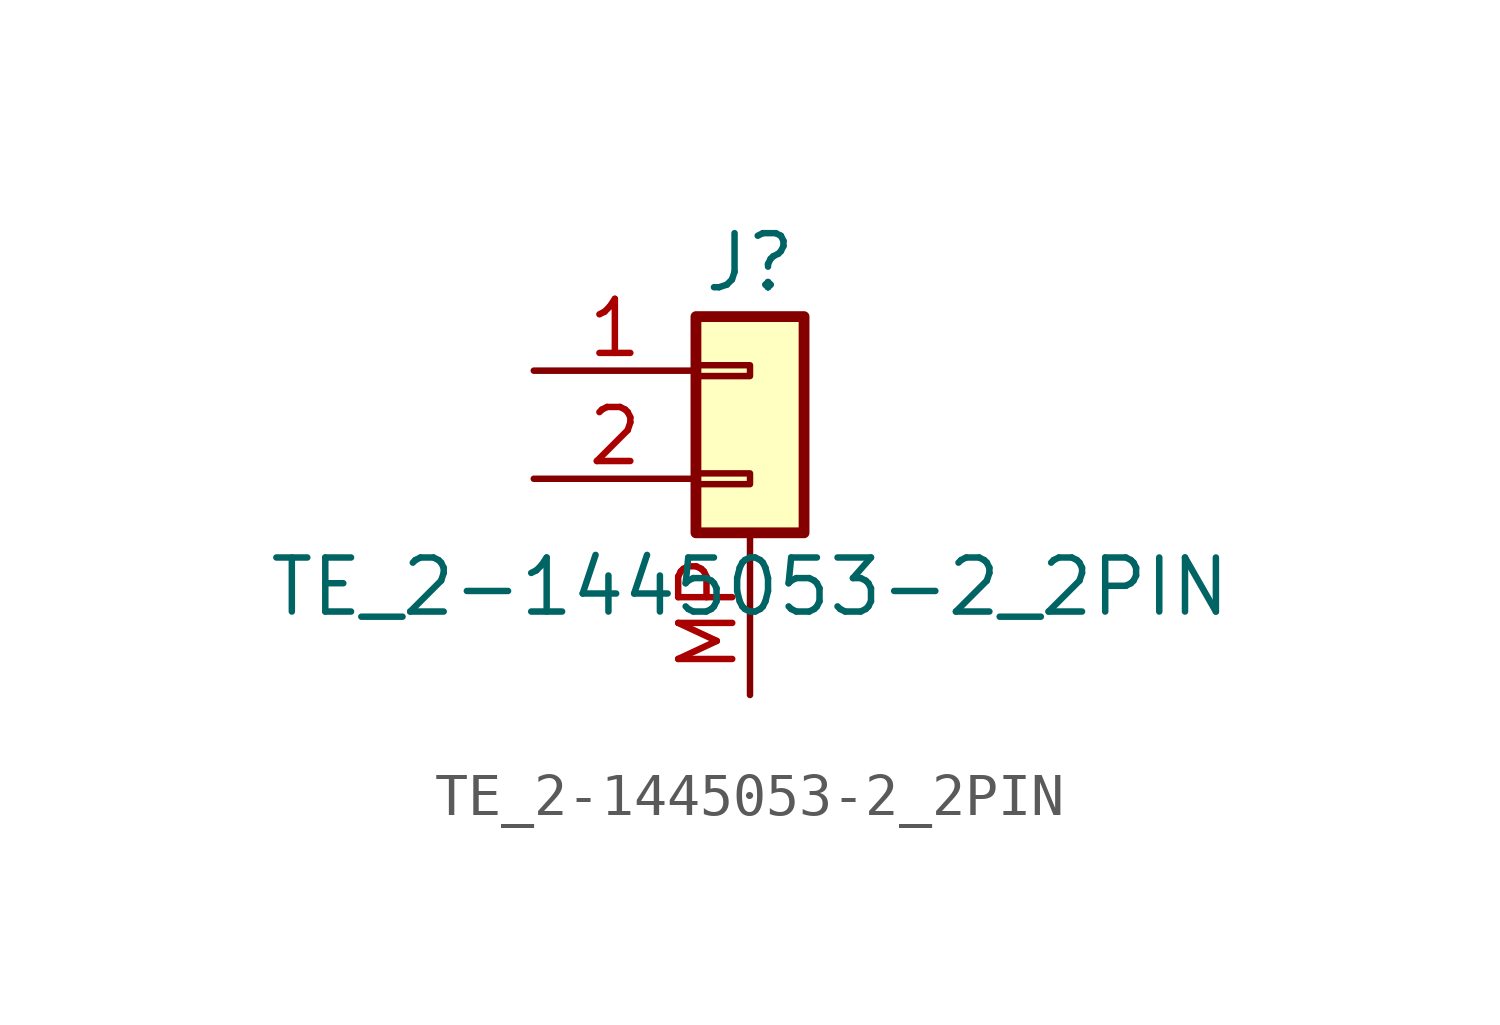
<source format=kicad_sym>
(kicad_symbol_lib
  (version 20241209)
  (generator "kicad_symbol_editor")
  (generator_version "9.0")
  (symbol "TE_2-1445053-2_2PIN"
    (pin_names
      (offset 1.016)
      (hide yes))
    (property "Reference" "J"
      (at 0 2.54 0)
      (effects (font (size 1.27 1.27))))
    (property "Value" "TE_2-1445053-2_2PIN"
      (at 0 -5.08 0)
      (effects (font (size 1.27 1.27))))
    (symbol "TE_2-1445053-2_2PIN_1_1"
      (rectangle (start -1.27 1.27) (end 1.27 -3.81) (stroke (width 0.254) (type default)) (fill (type background)))
      (rectangle (start -1.27 0.127) (end 0 -0.127) (stroke (width 0.152) (type default)) (fill (type none)))
      (rectangle (start -1.27 -2.413) (end 0 -2.667) (stroke (width 0.152) (type default)) (fill (type none)))
      (pin passive line (at -5.08 0 0) (length 3.81) (name "Pin_1" (effects (font (size 1.27 1.27)))) (number "1" (effects (font (size 1.27 1.27)))))
      (pin passive line (at -5.08 -2.54 0) (length 3.81) (name "Pin_2" (effects (font (size 1.27 1.27)))) (number "2" (effects (font (size 1.27 1.27)))))
      (pin passive line (at 0 -7.62 90) (length 3.81) (name "MP" (effects (font (size 1.27 1.27)))) (number "MP" (effects (font (size 1.27 1.27))))))))
</source>
